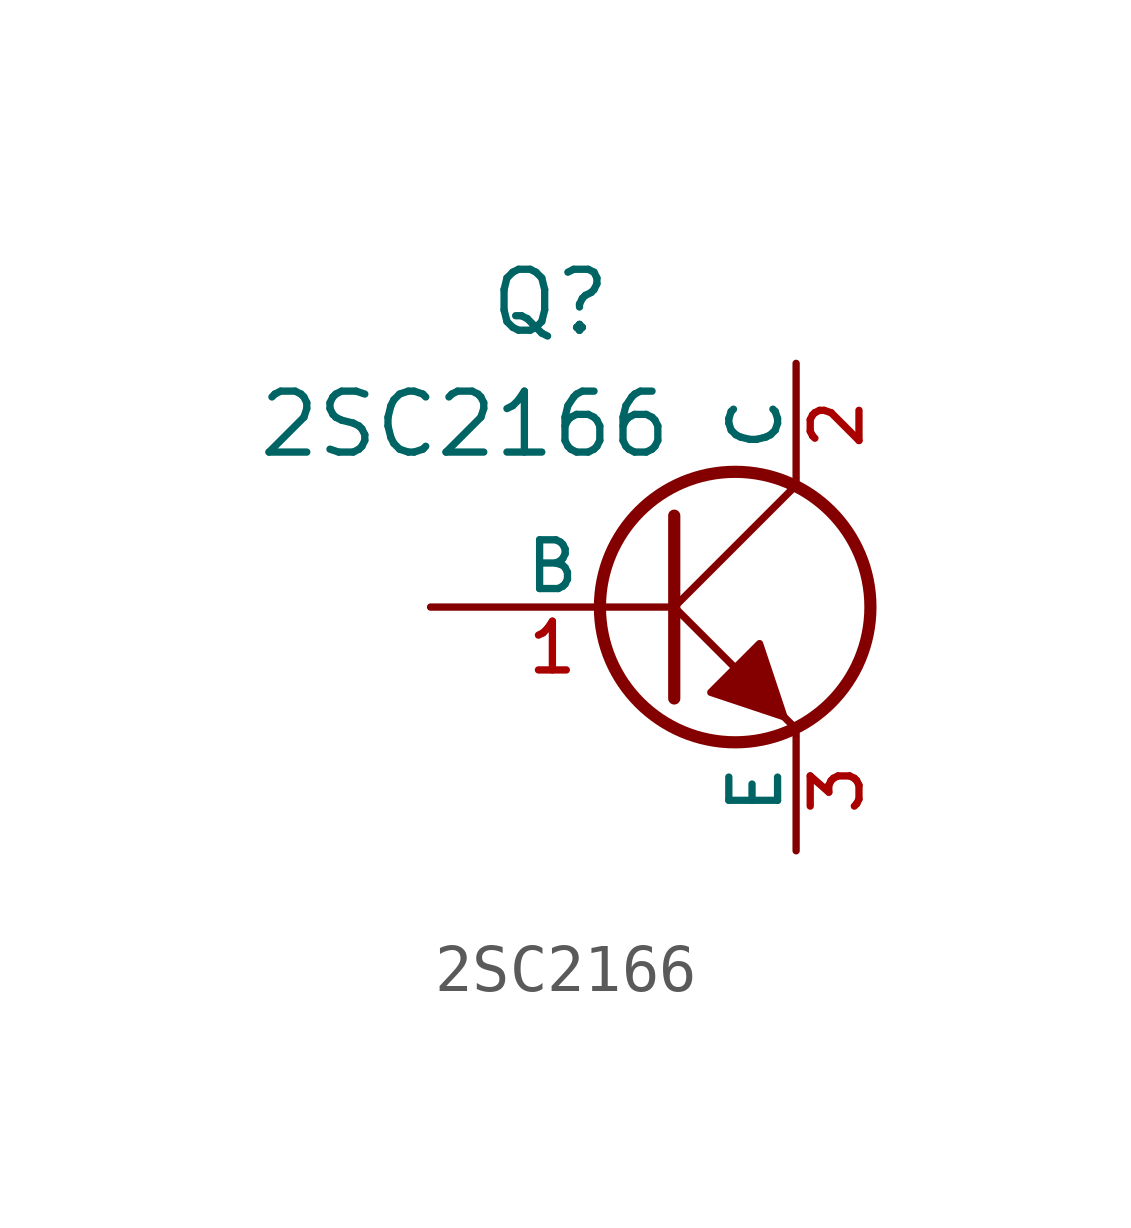
<source format=kicad_sym>
(kicad_symbol_lib
  (version 20220102)
  (generator kicad_symbol_editor)
  (symbol "2SC2166"
    (pin_names
      (offset 0))
    (property "Reference" "Q"
      (at -1.27 6.35 0)
      (effects (font (size 1.27 1.27)) (justify right)))
    (property "Value" "2SC2166"
      (at 0 3.81 0)
      (effects (font (size 1.27 1.27)) (justify right)))
    (symbol "2SC2166_0_1"
      (polyline (pts (xy 0 0) (xy 2.54 2.54)) (stroke (width 0) (type default)) (fill (type none)))
      (polyline (pts (xy 0 1.905) (xy 0 -1.905) (xy 0 -1.905)) (stroke (width 0.254) (type default)) (fill (type none)))
      (polyline (pts (xy 1.27 -1.27) (xy 0 0) (xy 0 0)) (stroke (width 0) (type default)) (fill (type none)))
      (polyline (pts (xy 2.286 -2.286) (xy 2.54 -2.54) (xy 2.54 -2.54)) (stroke (width 0) (type default)) (fill (type none)))
      (polyline (pts (xy 2.286 -2.286) (xy 1.778 -0.762) (xy 0.762 -1.778) (xy 2.286 -2.286) (xy 2.286 -2.286)) (stroke (width 0) (type default)) (fill (type outline)))
      (circle (center 1.27 0) (radius 2.819) (stroke (width 0.254) (type default)) (fill (type none))))
    (symbol "2SC2166_1_1"
      (pin input line (at -5.08 0 0) (length 5.08) (name "B" (effects (font (size 1.016 1.016)))) (number "1" (effects (font (size 1.016 1.016)))))
      (pin passive line (at 2.54 5.08 270) (length 2.54) (name "C" (effects (font (size 1.016 1.016)))) (number "2" (effects (font (size 1.016 1.016)))))
      (pin passive line (at 2.54 -5.08 90) (length 2.54) (name "E" (effects (font (size 1.016 1.016)))) (number "3" (effects (font (size 1.016 1.016))))))))
</source>
